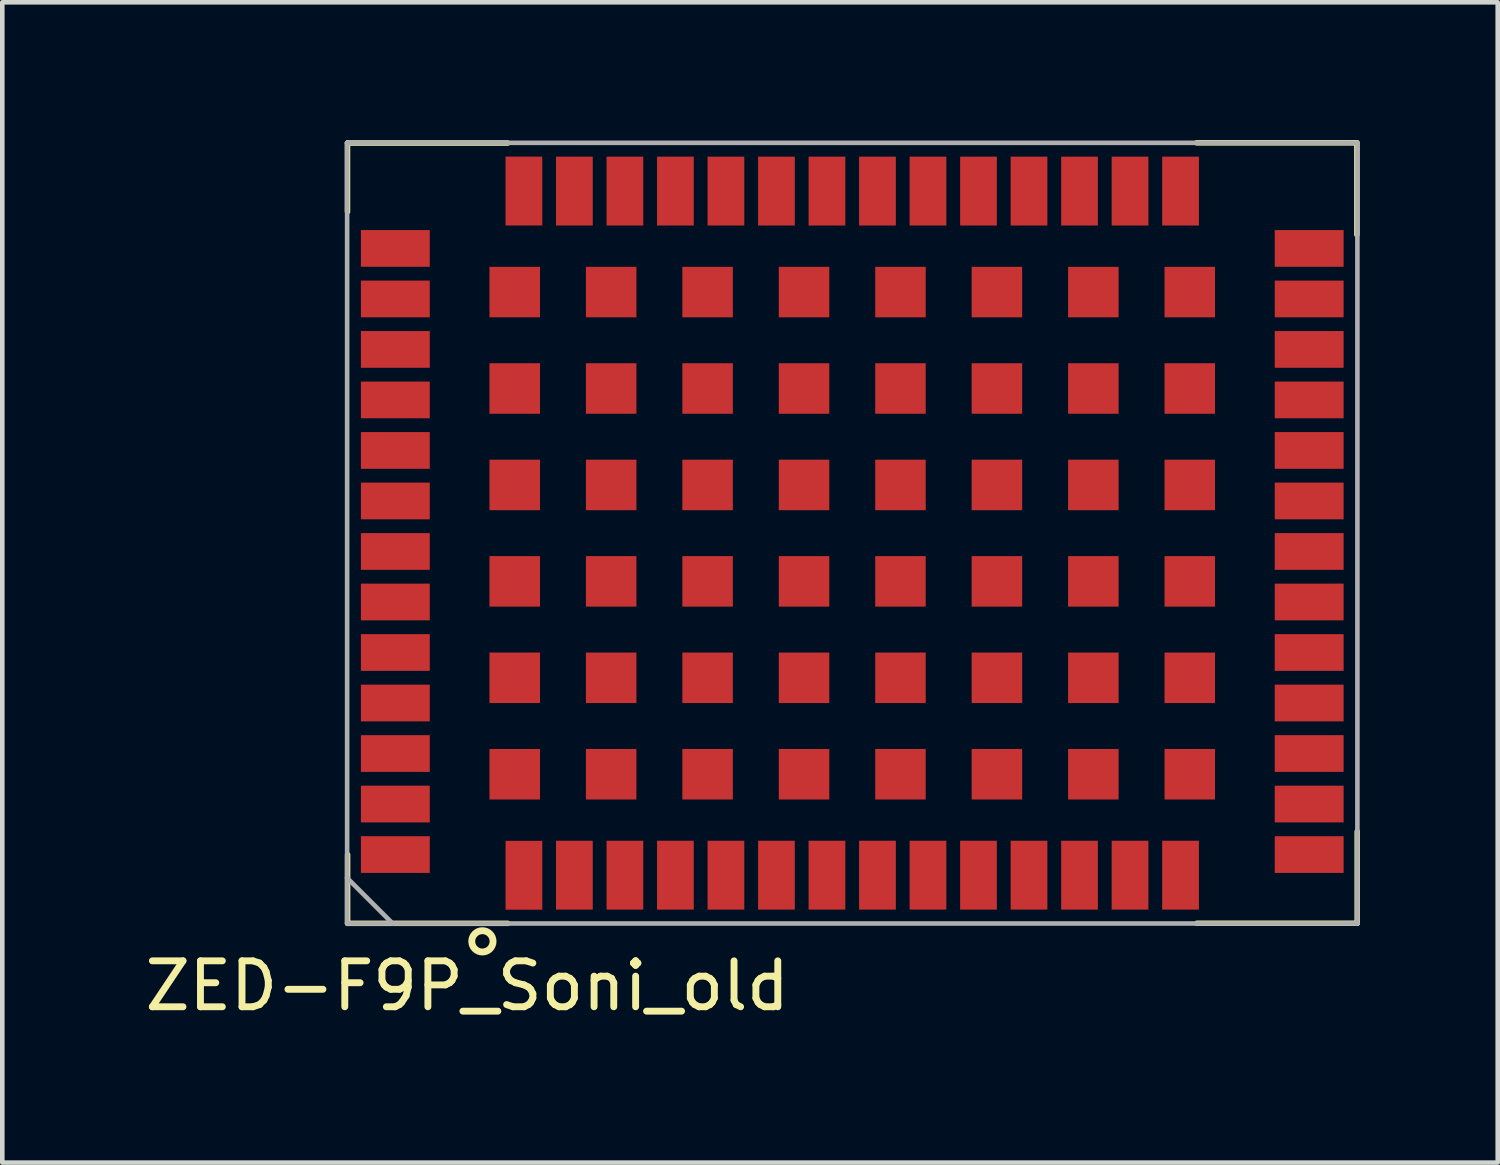
<source format=kicad_pcb>
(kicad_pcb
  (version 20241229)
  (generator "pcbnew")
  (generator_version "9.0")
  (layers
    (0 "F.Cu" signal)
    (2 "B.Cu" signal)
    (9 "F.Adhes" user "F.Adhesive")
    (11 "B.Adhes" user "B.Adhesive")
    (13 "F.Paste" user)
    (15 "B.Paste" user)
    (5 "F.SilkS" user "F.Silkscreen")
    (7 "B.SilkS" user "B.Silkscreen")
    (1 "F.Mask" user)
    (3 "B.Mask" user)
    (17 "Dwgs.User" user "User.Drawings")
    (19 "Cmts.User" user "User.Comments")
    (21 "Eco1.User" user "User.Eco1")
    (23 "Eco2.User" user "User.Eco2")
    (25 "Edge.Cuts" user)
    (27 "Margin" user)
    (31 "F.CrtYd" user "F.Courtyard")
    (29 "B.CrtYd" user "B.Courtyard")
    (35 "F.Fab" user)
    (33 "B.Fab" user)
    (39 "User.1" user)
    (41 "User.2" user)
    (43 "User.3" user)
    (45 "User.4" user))
  (footprint "ZED-F9P_Soni_old"
    (layer "F.Cu")
    (at 4.509 17.06)
    (property "Reference" "ZED-F9P_Soni_old" (at 2.616 1.359 0) (layer "F.SilkS") (effects (font (size 1 1) (thickness 0.15))))
    (attr smd)
    (fp_line (start 0.008 -16.995) (end 0.008 -15.498) (stroke (width 0.12) (type solid)) (layer "F.SilkS"))
    (fp_line (start 0.008 -16.995) (end 3.497 -16.995) (stroke (width 0.12) (type solid)) (layer "F.SilkS"))
    (fp_line (start 0.01 -1.5) (end 0.01 -0.003) (stroke (width 0.12) (type solid)) (layer "F.SilkS"))
    (fp_line (start 0.01 -0.003) (end 3.5 -0.003) (stroke (width 0.12) (type solid)) (layer "F.SilkS"))
    (fp_line (start 18.5 -17) (end 21.989 -17) (stroke (width 0.12) (type solid)) (layer "F.SilkS"))
    (fp_line (start 21.989 -15) (end 21.989 -17) (stroke (width 0.12) (type solid)) (layer "F.SilkS"))
    (fp_line (start 21.994 -0.005) (end 18.505 -0.005) (stroke (width 0.12) (type solid)) (layer "F.SilkS"))
    (fp_line (start 21.996 -2.003) (end 21.996 -0.003) (stroke (width 0.12) (type solid)) (layer "F.SilkS"))
    (fp_circle (center 2.946 0.389) (end 3.038 0.602) (stroke (width 0.15) (type solid)) (fill no) (layer "F.SilkS"))
    (fp_line (start -0.004 -0.995) (end 0.996 0.005) (stroke (width 0.1) (type solid)) (layer "F.Fab"))
    (fp_line (start 0 -17) (end 22 -17) (stroke (width 0.1) (type solid)) (layer "F.Fab"))
    (fp_line (start 0 0) (end 0 -17) (stroke (width 0.1) (type solid)) (layer "F.Fab"))
    (fp_line (start 0 0) (end 22 0) (stroke (width 0.1) (type solid)) (layer "F.Fab"))
    (fp_line (start 22 0) (end 22 -17) (stroke (width 0.1) (type solid)) (layer "F.Fab"))
    (pad "1" smd rect (at 3.85 -1.05 90) (size 1.5 0.8) (layers "F.Cu" "F.Mask" "F.Paste"))
    (pad "2" smd rect (at 4.949 -1.052 90) (size 1.5 0.8) (layers "F.Cu" "F.Mask" "F.Paste"))
    (pad "3" smd rect (at 6.049 -1.052 90) (size 1.5 0.8) (layers "F.Cu" "F.Mask" "F.Paste"))
    (pad "4" smd rect (at 7.149 -1.052 90) (size 1.5 0.8) (layers "F.Cu" "F.Mask" "F.Paste"))
    (pad "5" smd rect (at 8.249 -1.052 90) (size 1.5 0.8) (layers "F.Cu" "F.Mask" "F.Paste"))
    (pad "6" smd rect (at 9.349 -1.052 90) (size 1.5 0.8) (layers "F.Cu" "F.Mask" "F.Paste"))
    (pad "7" smd rect (at 10.449 -1.052 90) (size 1.5 0.8) (layers "F.Cu" "F.Mask" "F.Paste"))
    (pad "8" smd rect (at 11.549 -1.052 90) (size 1.5 0.8) (layers "F.Cu" "F.Mask" "F.Paste"))
    (pad "9" smd rect (at 12.649 -1.052 90) (size 1.5 0.8) (layers "F.Cu" "F.Mask" "F.Paste"))
    (pad "10" smd rect (at 13.749 -1.052 90) (size 1.5 0.8) (layers "F.Cu" "F.Mask" "F.Paste"))
    (pad "11" smd rect (at 14.849 -1.052 90) (size 1.5 0.8) (layers "F.Cu" "F.Mask" "F.Paste"))
    (pad "12" smd rect (at 15.949 -1.052 90) (size 1.5 0.8) (layers "F.Cu" "F.Mask" "F.Paste"))
    (pad "13" smd rect (at 17.049 -1.052 90) (size 1.5 0.8) (layers "F.Cu" "F.Mask" "F.Paste"))
    (pad "14" smd rect (at 18.149 -1.052 90) (size 1.5 0.8) (layers "F.Cu" "F.Mask" "F.Paste"))
    (pad "15" smd rect (at 20.95 -1.501) (size 1.5 0.8) (layers "F.Cu" "F.Mask" "F.Paste"))
    (pad "16" smd rect (at 20.95 -2.601) (size 1.5 0.8) (layers "F.Cu" "F.Mask" "F.Paste"))
    (pad "17" smd rect (at 20.95 -3.701) (size 1.5 0.8) (layers "F.Cu" "F.Mask" "F.Paste"))
    (pad "18" smd rect (at 20.95 -4.801) (size 1.5 0.8) (layers "F.Cu" "F.Mask" "F.Paste"))
    (pad "19" smd rect (at 20.95 -5.901) (size 1.5 0.8) (layers "F.Cu" "F.Mask" "F.Paste"))
    (pad "20" smd rect (at 20.95 -7.001) (size 1.5 0.8) (layers "F.Cu" "F.Mask" "F.Paste"))
    (pad "21" smd rect (at 20.95 -8.101) (size 1.5 0.8) (layers "F.Cu" "F.Mask" "F.Paste"))
    (pad "22" smd rect (at 20.95 -9.201) (size 1.5 0.8) (layers "F.Cu" "F.Mask" "F.Paste"))
    (pad "23" smd rect (at 20.95 -10.301) (size 1.5 0.8) (layers "F.Cu" "F.Mask" "F.Paste"))
    (pad "24" smd rect (at 20.95 -11.401) (size 1.5 0.8) (layers "F.Cu" "F.Mask" "F.Paste"))
    (pad "25" smd rect (at 20.95 -12.501) (size 1.5 0.8) (layers "F.Cu" "F.Mask" "F.Paste"))
    (pad "26" smd rect (at 20.95 -13.6) (size 1.5 0.8) (layers "F.Cu" "F.Mask" "F.Paste"))
    (pad "27" smd rect (at 20.95 -14.7) (size 1.5 0.8) (layers "F.Cu" "F.Mask" "F.Paste"))
    (pad "28" smd rect (at 18.149 -15.949 90) (size 1.5 0.8) (layers "F.Cu" "F.Mask" "F.Paste"))
    (pad "29" smd rect (at 17.049 -15.949 90) (size 1.5 0.8) (layers "F.Cu" "F.Mask" "F.Paste"))
    (pad "30" smd rect (at 15.949 -15.949 90) (size 1.5 0.8) (layers "F.Cu" "F.Mask" "F.Paste"))
    (pad "31" smd rect (at 14.849 -15.949 90) (size 1.5 0.8) (layers "F.Cu" "F.Mask" "F.Paste"))
    (pad "32" smd rect (at 13.749 -15.949 90) (size 1.5 0.8) (layers "F.Cu" "F.Mask" "F.Paste"))
    (pad "33" smd rect (at 12.649 -15.949 90) (size 1.5 0.8) (layers "F.Cu" "F.Mask" "F.Paste"))
    (pad "34" smd rect (at 11.549 -15.949 90) (size 1.5 0.8) (layers "F.Cu" "F.Mask" "F.Paste"))
    (pad "35" smd rect (at 10.449 -15.949 90) (size 1.5 0.8) (layers "F.Cu" "F.Mask" "F.Paste"))
    (pad "36" smd rect (at 9.349 -15.949 90) (size 1.5 0.8) (layers "F.Cu" "F.Mask" "F.Paste"))
    (pad "37" smd rect (at 8.249 -15.949 90) (size 1.5 0.8) (layers "F.Cu" "F.Mask" "F.Paste"))
    (pad "38" smd rect (at 7.149 -15.949 90) (size 1.5 0.8) (layers "F.Cu" "F.Mask" "F.Paste"))
    (pad "39" smd rect (at 6.049 -15.949 90) (size 1.5 0.8) (layers "F.Cu" "F.Mask" "F.Paste"))
    (pad "40" smd rect (at 4.949 -15.949 90) (size 1.5 0.8) (layers "F.Cu" "F.Mask" "F.Paste"))
    (pad "41" smd rect (at 3.85 -15.95 90) (size 1.5 0.8) (layers "F.Cu" "F.Mask" "F.Paste"))
    (pad "42" smd rect (at 1.05 -14.7) (size 1.5 0.8) (layers "F.Cu" "F.Mask" "F.Paste"))
    (pad "43" smd rect (at 1.05 -13.6) (size 1.5 0.8) (layers "F.Cu" "F.Mask" "F.Paste"))
    (pad "44" smd rect (at 1.05 -12.501) (size 1.5 0.8) (layers "F.Cu" "F.Mask" "F.Paste"))
    (pad "45" smd rect (at 1.05 -11.401) (size 1.5 0.8) (layers "F.Cu" "F.Mask" "F.Paste"))
    (pad "46" smd rect (at 1.05 -10.301) (size 1.5 0.8) (layers "F.Cu" "F.Mask" "F.Paste"))
    (pad "47" smd rect (at 1.05 -9.201) (size 1.5 0.8) (layers "F.Cu" "F.Mask" "F.Paste"))
    (pad "48" smd rect (at 1.05 -8.101) (size 1.5 0.8) (layers "F.Cu" "F.Mask" "F.Paste"))
    (pad "49" smd rect (at 1.05 -7.001) (size 1.5 0.8) (layers "F.Cu" "F.Mask" "F.Paste"))
    (pad "50" smd rect (at 1.05 -5.901) (size 1.5 0.8) (layers "F.Cu" "F.Mask" "F.Paste"))
    (pad "51" smd rect (at 1.05 -4.801) (size 1.5 0.8) (layers "F.Cu" "F.Mask" "F.Paste"))
    (pad "52" smd rect (at 1.05 -3.701) (size 1.5 0.8) (layers "F.Cu" "F.Mask" "F.Paste"))
    (pad "53" smd rect (at 1.05 -2.601) (size 1.5 0.8) (layers "F.Cu" "F.Mask" "F.Paste"))
    (pad "54" smd rect (at 1.05 -1.501) (size 1.5 0.8) (layers "F.Cu" "F.Mask" "F.Paste"))
    (pad "55" smd rect (at 3.65 -13.75 180) (size 1.1 1.1) (layers "F.Cu" "F.Mask" "F.Paste"))
    (pad "56" smd rect (at 5.75 -13.75 180) (size 1.1 1.1) (layers "F.Cu" "F.Mask" "F.Paste"))
    (pad "57" smd rect (at 7.85 -13.75 180) (size 1.1 1.1) (layers "F.Cu" "F.Mask" "F.Paste"))
    (pad "58" smd rect (at 9.95 -13.75 180) (size 1.1 1.1) (layers "F.Cu" "F.Mask" "F.Paste"))
    (pad "59" smd rect (at 12.05 -13.75 180) (size 1.1 1.1) (layers "F.Cu" "F.Mask" "F.Paste"))
    (pad "60" smd rect (at 14.15 -13.75 180) (size 1.1 1.1) (layers "F.Cu" "F.Mask" "F.Paste"))
    (pad "61" smd rect (at 16.25 -13.75 180) (size 1.1 1.1) (layers "F.Cu" "F.Mask" "F.Paste"))
    (pad "62" smd rect (at 18.35 -13.75 180) (size 1.1 1.1) (layers "F.Cu" "F.Mask" "F.Paste"))
    (pad "63" smd rect (at 3.65 -11.65 180) (size 1.1 1.1) (layers "F.Cu" "F.Mask" "F.Paste"))
    (pad "64" smd rect (at 5.75 -11.65 180) (size 1.1 1.1) (layers "F.Cu" "F.Mask" "F.Paste"))
    (pad "65" smd rect (at 7.85 -11.65 180) (size 1.1 1.1) (layers "F.Cu" "F.Mask" "F.Paste"))
    (pad "66" smd rect (at 9.95 -11.65 180) (size 1.1 1.1) (layers "F.Cu" "F.Mask" "F.Paste"))
    (pad "67" smd rect (at 12.05 -11.65 180) (size 1.1 1.1) (layers "F.Cu" "F.Mask" "F.Paste"))
    (pad "68" smd rect (at 14.15 -11.65 180) (size 1.1 1.1) (layers "F.Cu" "F.Mask" "F.Paste"))
    (pad "69" smd rect (at 16.25 -11.65 180) (size 1.1 1.1) (layers "F.Cu" "F.Mask" "F.Paste"))
    (pad "70" smd rect (at 18.35 -11.65 180) (size 1.1 1.1) (layers "F.Cu" "F.Mask" "F.Paste"))
    (pad "71" smd rect (at 3.65 -9.55 180) (size 1.1 1.1) (layers "F.Cu" "F.Mask" "F.Paste"))
    (pad "72" smd rect (at 5.75 -9.55 180) (size 1.1 1.1) (layers "F.Cu" "F.Mask" "F.Paste"))
    (pad "73" smd rect (at 7.85 -9.55 180) (size 1.1 1.1) (layers "F.Cu" "F.Mask" "F.Paste"))
    (pad "74" smd rect (at 9.95 -9.55 180) (size 1.1 1.1) (layers "F.Cu" "F.Mask" "F.Paste"))
    (pad "75" smd rect (at 12.05 -9.55 180) (size 1.1 1.1) (layers "F.Cu" "F.Mask" "F.Paste"))
    (pad "76" smd rect (at 14.15 -9.55 180) (size 1.1 1.1) (layers "F.Cu" "F.Mask" "F.Paste"))
    (pad "77" smd rect (at 16.25 -9.55 180) (size 1.1 1.1) (layers "F.Cu" "F.Mask" "F.Paste"))
    (pad "78" smd rect (at 18.35 -9.55 180) (size 1.1 1.1) (layers "F.Cu" "F.Mask" "F.Paste"))
    (pad "79" smd rect (at 3.65 -7.45 180) (size 1.1 1.1) (layers "F.Cu" "F.Mask" "F.Paste"))
    (pad "80" smd rect (at 5.75 -7.45 180) (size 1.1 1.1) (layers "F.Cu" "F.Mask" "F.Paste"))
    (pad "81" smd rect (at 7.85 -7.45 180) (size 1.1 1.1) (layers "F.Cu" "F.Mask" "F.Paste"))
    (pad "82" smd rect (at 9.95 -7.45 180) (size 1.1 1.1) (layers "F.Cu" "F.Mask" "F.Paste"))
    (pad "83" smd rect (at 12.05 -7.45 180) (size 1.1 1.1) (layers "F.Cu" "F.Mask" "F.Paste"))
    (pad "84" smd rect (at 14.15 -7.45 180) (size 1.1 1.1) (layers "F.Cu" "F.Mask" "F.Paste"))
    (pad "85" smd rect (at 16.25 -7.45 180) (size 1.1 1.1) (layers "F.Cu" "F.Mask" "F.Paste"))
    (pad "86" smd rect (at 18.35 -7.45 180) (size 1.1 1.1) (layers "F.Cu" "F.Mask" "F.Paste"))
    (pad "87" smd rect (at 3.65 -5.35 180) (size 1.1 1.1) (layers "F.Cu" "F.Mask" "F.Paste"))
    (pad "88" smd rect (at 5.75 -5.35 180) (size 1.1 1.1) (layers "F.Cu" "F.Mask" "F.Paste"))
    (pad "89" smd rect (at 7.85 -5.35 180) (size 1.1 1.1) (layers "F.Cu" "F.Mask" "F.Paste"))
    (pad "90" smd rect (at 9.95 -5.35 180) (size 1.1 1.1) (layers "F.Cu" "F.Mask" "F.Paste"))
    (pad "91" smd rect (at 12.05 -5.35 180) (size 1.1 1.1) (layers "F.Cu" "F.Mask" "F.Paste"))
    (pad "92" smd rect (at 14.15 -5.35 180) (size 1.1 1.1) (layers "F.Cu" "F.Mask" "F.Paste"))
    (pad "93" smd rect (at 16.25 -5.35 180) (size 1.1 1.1) (layers "F.Cu" "F.Mask" "F.Paste"))
    (pad "94" smd rect (at 18.35 -5.35 180) (size 1.1 1.1) (layers "F.Cu" "F.Mask" "F.Paste"))
    (pad "95" smd rect (at 3.65 -3.25 180) (size 1.1 1.1) (layers "F.Cu" "F.Mask" "F.Paste"))
    (pad "96" smd rect (at 5.75 -3.25 180) (size 1.1 1.1) (layers "F.Cu" "F.Mask" "F.Paste"))
    (pad "97" smd rect (at 7.85 -3.25 180) (size 1.1 1.1) (layers "F.Cu" "F.Mask" "F.Paste"))
    (pad "98" smd rect (at 9.95 -3.25 180) (size 1.1 1.1) (layers "F.Cu" "F.Mask" "F.Paste"))
    (pad "99" smd rect (at 12.05 -3.25 180) (size 1.1 1.1) (layers "F.Cu" "F.Mask" "F.Paste"))
    (pad "100" smd rect (at 14.15 -3.25 180) (size 1.1 1.1) (layers "F.Cu" "F.Mask" "F.Paste"))
    (pad "101" smd rect (at 16.25 -3.25 180) (size 1.1 1.1) (layers "F.Cu" "F.Mask" "F.Paste"))
    (pad "102" smd rect (at 18.35 -3.25 180) (size 1.1 1.1) (layers "F.Cu" "F.Mask" "F.Paste")))
  (gr_rect
    (start -3 -3)
    (end 29.565 22.267)
    (stroke (width 0.1) (type default))
    (fill no)
    (layer "Edge.Cuts")))
</source>
